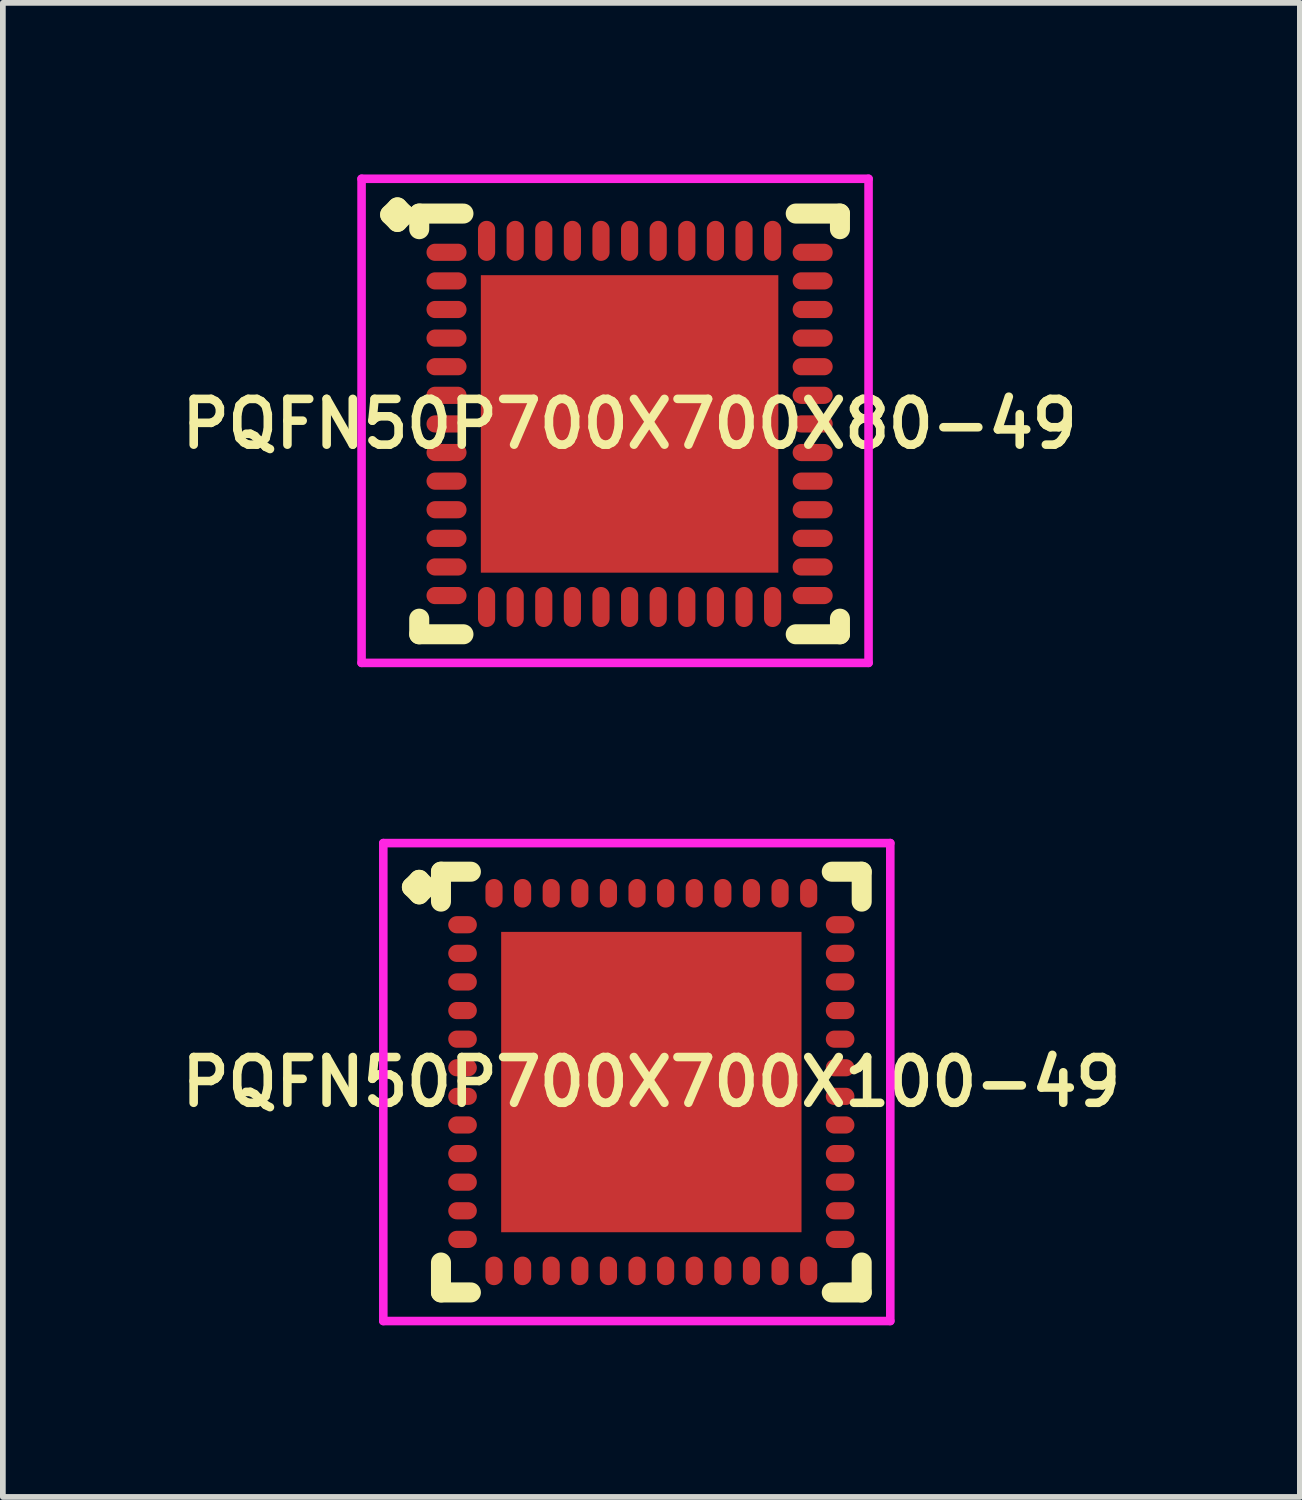
<source format=kicad_pcb>
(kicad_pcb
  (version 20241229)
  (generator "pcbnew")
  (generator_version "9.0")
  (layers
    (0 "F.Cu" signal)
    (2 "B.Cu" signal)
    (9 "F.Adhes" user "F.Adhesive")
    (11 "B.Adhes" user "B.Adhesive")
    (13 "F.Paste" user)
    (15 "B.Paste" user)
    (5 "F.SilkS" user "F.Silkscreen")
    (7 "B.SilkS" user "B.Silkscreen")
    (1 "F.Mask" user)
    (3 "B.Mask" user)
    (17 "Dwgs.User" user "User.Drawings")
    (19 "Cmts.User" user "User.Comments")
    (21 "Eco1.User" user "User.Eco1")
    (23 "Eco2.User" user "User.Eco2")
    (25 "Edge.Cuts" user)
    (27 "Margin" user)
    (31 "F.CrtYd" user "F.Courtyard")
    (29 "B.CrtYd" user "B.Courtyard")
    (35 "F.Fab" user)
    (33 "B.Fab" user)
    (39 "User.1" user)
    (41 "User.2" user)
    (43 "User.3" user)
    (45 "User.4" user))
  (footprint "PQFN50P700X700X100-49"
    (layer "F.Cu")
    (at 8.335 15.864)
    (property "Reference" "PQFN50P700X700X100-49" (at 0 0 0) (layer "F.SilkS") (effects (font (size 0.8 0.8) (thickness 0.15))))
    (attr smd)
    (fp_line (start -4.185 -3.408) (end -4.058 -3.535) (stroke (width 0.35) (type solid)) (layer "F.SilkS"))
    (fp_line (start -4.058 -3.535) (end -3.931 -3.408) (stroke (width 0.35) (type solid)) (layer "F.SilkS"))
    (fp_line (start -4.058 -3.281) (end -4.185 -3.408) (stroke (width 0.35) (type solid)) (layer "F.SilkS"))
    (fp_line (start -3.931 -3.408) (end -4.058 -3.281) (stroke (width 0.35) (type solid)) (layer "F.SilkS"))
    (fp_line (start -3.677 -3.677) (end -3.154 -3.677) (stroke (width 0.35) (type solid)) (layer "F.SilkS"))
    (fp_line (start -3.677 -3.154) (end -3.677 -3.677) (stroke (width 0.35) (type solid)) (layer "F.SilkS"))
    (fp_line (start -3.677 3.154) (end -3.677 3.677) (stroke (width 0.35) (type solid)) (layer "F.SilkS"))
    (fp_line (start -3.677 3.677) (end -3.154 3.677) (stroke (width 0.35) (type solid)) (layer "F.SilkS"))
    (fp_line (start 3.154 -3.677) (end 3.677 -3.677) (stroke (width 0.35) (type solid)) (layer "F.SilkS"))
    (fp_line (start 3.154 3.677) (end 3.677 3.677) (stroke (width 0.35) (type solid)) (layer "F.SilkS"))
    (fp_line (start 3.677 -3.677) (end 3.677 -3.154) (stroke (width 0.35) (type solid)) (layer "F.SilkS"))
    (fp_line (start 3.677 3.677) (end 3.677 3.154) (stroke (width 0.35) (type solid)) (layer "F.SilkS"))
    (fp_line (start -4.685 -4.177) (end 4.177 -4.177) (stroke (width 0.15) (type solid)) (layer "F.CrtYd"))
    (fp_line (start -4.685 4.177) (end -4.685 -4.177) (stroke (width 0.15) (type solid)) (layer "F.CrtYd"))
    (fp_line (start 4.177 -4.177) (end 4.177 4.177) (stroke (width 0.15) (type solid)) (layer "F.CrtYd"))
    (fp_line (start 4.177 4.177) (end -4.685 4.177) (stroke (width 0.15) (type solid)) (layer "F.CrtYd"))
    (pad "1" smd oval (at -3.3 -2.75) (size 0.5 0.3) (layers "F.Cu" "F.Mask" "F.Paste"))
    (pad "2" smd oval (at -3.3 -2.25) (size 0.5 0.3) (layers "F.Cu" "F.Mask" "F.Paste"))
    (pad "3" smd oval (at -3.3 -1.75) (size 0.5 0.3) (layers "F.Cu" "F.Mask" "F.Paste"))
    (pad "4" smd oval (at -3.3 -1.25) (size 0.5 0.3) (layers "F.Cu" "F.Mask" "F.Paste"))
    (pad "5" smd oval (at -3.3 -0.75) (size 0.5 0.3) (layers "F.Cu" "F.Mask" "F.Paste"))
    (pad "6" smd oval (at -3.3 -0.25) (size 0.5 0.3) (layers "F.Cu" "F.Mask" "F.Paste"))
    (pad "7" smd oval (at -3.3 0.25) (size 0.5 0.3) (layers "F.Cu" "F.Mask" "F.Paste"))
    (pad "8" smd oval (at -3.3 0.75) (size 0.5 0.3) (layers "F.Cu" "F.Mask" "F.Paste"))
    (pad "9" smd oval (at -3.3 1.25) (size 0.5 0.3) (layers "F.Cu" "F.Mask" "F.Paste"))
    (pad "10" smd oval (at -3.3 1.75) (size 0.5 0.3) (layers "F.Cu" "F.Mask" "F.Paste"))
    (pad "11" smd oval (at -3.3 2.25) (size 0.5 0.3) (layers "F.Cu" "F.Mask" "F.Paste"))
    (pad "12" smd oval (at -3.3 2.75) (size 0.5 0.3) (layers "F.Cu" "F.Mask" "F.Paste"))
    (pad "13" smd oval (at -2.75 3.3) (size 0.3 0.5) (layers "F.Cu" "F.Mask" "F.Paste"))
    (pad "14" smd oval (at -2.25 3.3) (size 0.3 0.5) (layers "F.Cu" "F.Mask" "F.Paste"))
    (pad "15" smd oval (at -1.75 3.3) (size 0.3 0.5) (layers "F.Cu" "F.Mask" "F.Paste"))
    (pad "16" smd oval (at -1.25 3.3) (size 0.3 0.5) (layers "F.Cu" "F.Mask" "F.Paste"))
    (pad "17" smd oval (at -0.75 3.3) (size 0.3 0.5) (layers "F.Cu" "F.Mask" "F.Paste"))
    (pad "18" smd oval (at -0.25 3.3) (size 0.3 0.5) (layers "F.Cu" "F.Mask" "F.Paste"))
    (pad "19" smd oval (at 0.25 3.3) (size 0.3 0.5) (layers "F.Cu" "F.Mask" "F.Paste"))
    (pad "20" smd oval (at 0.75 3.3) (size 0.3 0.5) (layers "F.Cu" "F.Mask" "F.Paste"))
    (pad "21" smd oval (at 1.25 3.3) (size 0.3 0.5) (layers "F.Cu" "F.Mask" "F.Paste"))
    (pad "22" smd oval (at 1.75 3.3) (size 0.3 0.5) (layers "F.Cu" "F.Mask" "F.Paste"))
    (pad "23" smd oval (at 2.25 3.3) (size 0.3 0.5) (layers "F.Cu" "F.Mask" "F.Paste"))
    (pad "24" smd oval (at 2.75 3.3) (size 0.3 0.5) (layers "F.Cu" "F.Mask" "F.Paste"))
    (pad "25" smd oval (at 3.3 2.75) (size 0.5 0.3) (layers "F.Cu" "F.Mask" "F.Paste"))
    (pad "26" smd oval (at 3.3 2.25) (size 0.5 0.3) (layers "F.Cu" "F.Mask" "F.Paste"))
    (pad "27" smd oval (at 3.3 1.75) (size 0.5 0.3) (layers "F.Cu" "F.Mask" "F.Paste"))
    (pad "28" smd oval (at 3.3 1.25) (size 0.5 0.3) (layers "F.Cu" "F.Mask" "F.Paste"))
    (pad "29" smd oval (at 3.3 0.75) (size 0.5 0.3) (layers "F.Cu" "F.Mask" "F.Paste"))
    (pad "30" smd oval (at 3.3 0.25) (size 0.5 0.3) (layers "F.Cu" "F.Mask" "F.Paste"))
    (pad "31" smd oval (at 3.3 -0.25) (size 0.5 0.3) (layers "F.Cu" "F.Mask" "F.Paste"))
    (pad "32" smd oval (at 3.3 -0.75) (size 0.5 0.3) (layers "F.Cu" "F.Mask" "F.Paste"))
    (pad "33" smd oval (at 3.3 -1.25) (size 0.5 0.3) (layers "F.Cu" "F.Mask" "F.Paste"))
    (pad "34" smd oval (at 3.3 -1.75) (size 0.5 0.3) (layers "F.Cu" "F.Mask" "F.Paste"))
    (pad "35" smd oval (at 3.3 -2.25) (size 0.5 0.3) (layers "F.Cu" "F.Mask" "F.Paste"))
    (pad "36" smd oval (at 3.3 -2.75) (size 0.5 0.3) (layers "F.Cu" "F.Mask" "F.Paste"))
    (pad "37" smd oval (at 2.75 -3.3) (size 0.3 0.5) (layers "F.Cu" "F.Mask" "F.Paste"))
    (pad "38" smd oval (at 2.25 -3.3) (size 0.3 0.5) (layers "F.Cu" "F.Mask" "F.Paste"))
    (pad "39" smd oval (at 1.75 -3.3) (size 0.3 0.5) (layers "F.Cu" "F.Mask" "F.Paste"))
    (pad "40" smd oval (at 1.25 -3.3) (size 0.3 0.5) (layers "F.Cu" "F.Mask" "F.Paste"))
    (pad "41" smd oval (at 0.75 -3.3) (size 0.3 0.5) (layers "F.Cu" "F.Mask" "F.Paste"))
    (pad "42" smd oval (at 0.25 -3.3) (size 0.3 0.5) (layers "F.Cu" "F.Mask" "F.Paste"))
    (pad "43" smd oval (at -0.25 -3.3) (size 0.3 0.5) (layers "F.Cu" "F.Mask" "F.Paste"))
    (pad "44" smd oval (at -0.75 -3.3) (size 0.3 0.5) (layers "F.Cu" "F.Mask" "F.Paste"))
    (pad "45" smd oval (at -1.25 -3.3) (size 0.3 0.5) (layers "F.Cu" "F.Mask" "F.Paste"))
    (pad "46" smd oval (at -1.75 -3.3) (size 0.3 0.5) (layers "F.Cu" "F.Mask" "F.Paste"))
    (pad "47" smd oval (at -2.25 -3.3) (size 0.3 0.5) (layers "F.Cu" "F.Mask" "F.Paste"))
    (pad "48" smd oval (at -2.75 -3.3) (size 0.3 0.5) (layers "F.Cu" "F.Mask" "F.Paste"))
    (pad "49" smd rect (at 0 0) (size 5.25 5.25) (layers "F.Cu" "F.Mask" "F.Paste")))
  (footprint "PQFN50P700X700X80-49"
    (layer "F.Cu")
    (at 7.955 4.36)
    (property "Reference" "PQFN50P700X700X80-49" (at 0 0 0) (layer "F.SilkS") (effects (font (size 0.8 0.8) (thickness 0.15))))
    (attr smd)
    (fp_line (start -4.185 -3.658) (end -4.058 -3.785) (stroke (width 0.35) (type solid)) (layer "F.SilkS"))
    (fp_line (start -4.058 -3.785) (end -3.931 -3.658) (stroke (width 0.35) (type solid)) (layer "F.SilkS"))
    (fp_line (start -4.058 -3.531) (end -4.185 -3.658) (stroke (width 0.35) (type solid)) (layer "F.SilkS"))
    (fp_line (start -3.931 -3.658) (end -4.058 -3.531) (stroke (width 0.35) (type solid)) (layer "F.SilkS"))
    (fp_line (start -3.677 -3.677) (end -2.904 -3.677) (stroke (width 0.35) (type solid)) (layer "F.SilkS"))
    (fp_line (start -3.677 -3.404) (end -3.677 -3.677) (stroke (width 0.35) (type solid)) (layer "F.SilkS"))
    (fp_line (start -3.677 3.404) (end -3.677 3.677) (stroke (width 0.35) (type solid)) (layer "F.SilkS"))
    (fp_line (start -3.677 3.677) (end -2.904 3.677) (stroke (width 0.35) (type solid)) (layer "F.SilkS"))
    (fp_line (start 2.904 -3.677) (end 3.677 -3.677) (stroke (width 0.35) (type solid)) (layer "F.SilkS"))
    (fp_line (start 2.904 3.677) (end 3.677 3.677) (stroke (width 0.35) (type solid)) (layer "F.SilkS"))
    (fp_line (start 3.677 -3.677) (end 3.677 -3.404) (stroke (width 0.35) (type solid)) (layer "F.SilkS"))
    (fp_line (start 3.677 3.677) (end 3.677 3.404) (stroke (width 0.35) (type solid)) (layer "F.SilkS"))
    (fp_line (start -4.685 -4.285) (end 4.177 -4.285) (stroke (width 0.15) (type solid)) (layer "F.CrtYd"))
    (fp_line (start -4.685 4.177) (end -4.685 -4.285) (stroke (width 0.15) (type solid)) (layer "F.CrtYd"))
    (fp_line (start 4.177 -4.285) (end 4.177 4.177) (stroke (width 0.15) (type solid)) (layer "F.CrtYd"))
    (fp_line (start 4.177 4.177) (end -4.685 4.177) (stroke (width 0.15) (type solid)) (layer "F.CrtYd"))
    (pad "1" smd oval (at -3.2 -3) (size 0.7 0.3) (layers "F.Cu" "F.Mask" "F.Paste"))
    (pad "2" smd oval (at -3.2 -2.5) (size 0.7 0.3) (layers "F.Cu" "F.Mask" "F.Paste"))
    (pad "3" smd oval (at -3.2 -2) (size 0.7 0.3) (layers "F.Cu" "F.Mask" "F.Paste"))
    (pad "4" smd oval (at -3.2 -1.5) (size 0.7 0.3) (layers "F.Cu" "F.Mask" "F.Paste"))
    (pad "5" smd oval (at -3.2 -1) (size 0.7 0.3) (layers "F.Cu" "F.Mask" "F.Paste"))
    (pad "6" smd oval (at -3.2 -0.5) (size 0.7 0.3) (layers "F.Cu" "F.Mask" "F.Paste"))
    (pad "7" smd oval (at -3.2 0) (size 0.7 0.3) (layers "F.Cu" "F.Mask" "F.Paste"))
    (pad "8" smd oval (at -3.2 0.5) (size 0.7 0.3) (layers "F.Cu" "F.Mask" "F.Paste"))
    (pad "9" smd oval (at -3.2 1) (size 0.7 0.3) (layers "F.Cu" "F.Mask" "F.Paste"))
    (pad "10" smd oval (at -3.2 1.5) (size 0.7 0.3) (layers "F.Cu" "F.Mask" "F.Paste"))
    (pad "11" smd oval (at -3.2 2) (size 0.7 0.3) (layers "F.Cu" "F.Mask" "F.Paste"))
    (pad "12" smd oval (at -3.2 2.5) (size 0.7 0.3) (layers "F.Cu" "F.Mask" "F.Paste"))
    (pad "13" smd oval (at -3.2 3) (size 0.7 0.3) (layers "F.Cu" "F.Mask" "F.Paste"))
    (pad "14" smd oval (at -2.5 3.2) (size 0.3 0.7) (layers "F.Cu" "F.Mask" "F.Paste"))
    (pad "15" smd oval (at -2 3.2) (size 0.3 0.7) (layers "F.Cu" "F.Mask" "F.Paste"))
    (pad "16" smd oval (at -1.5 3.2) (size 0.3 0.7) (layers "F.Cu" "F.Mask" "F.Paste"))
    (pad "17" smd oval (at -1 3.2) (size 0.3 0.7) (layers "F.Cu" "F.Mask" "F.Paste"))
    (pad "18" smd oval (at -0.5 3.2) (size 0.3 0.7) (layers "F.Cu" "F.Mask" "F.Paste"))
    (pad "19" smd oval (at 0 3.2) (size 0.3 0.7) (layers "F.Cu" "F.Mask" "F.Paste"))
    (pad "20" smd oval (at 0.5 3.2) (size 0.3 0.7) (layers "F.Cu" "F.Mask" "F.Paste"))
    (pad "21" smd oval (at 1 3.2) (size 0.3 0.7) (layers "F.Cu" "F.Mask" "F.Paste"))
    (pad "22" smd oval (at 1.5 3.2) (size 0.3 0.7) (layers "F.Cu" "F.Mask" "F.Paste"))
    (pad "23" smd oval (at 2 3.2) (size 0.3 0.7) (layers "F.Cu" "F.Mask" "F.Paste"))
    (pad "24" smd oval (at 2.5 3.2) (size 0.3 0.7) (layers "F.Cu" "F.Mask" "F.Paste"))
    (pad "25" smd oval (at 3.2 3) (size 0.7 0.3) (layers "F.Cu" "F.Mask" "F.Paste"))
    (pad "26" smd oval (at 3.2 2.5) (size 0.7 0.3) (layers "F.Cu" "F.Mask" "F.Paste"))
    (pad "27" smd oval (at 3.2 2) (size 0.7 0.3) (layers "F.Cu" "F.Mask" "F.Paste"))
    (pad "28" smd oval (at 3.2 1.5) (size 0.7 0.3) (layers "F.Cu" "F.Mask" "F.Paste"))
    (pad "29" smd oval (at 3.2 1) (size 0.7 0.3) (layers "F.Cu" "F.Mask" "F.Paste"))
    (pad "30" smd oval (at 3.2 0.5) (size 0.7 0.3) (layers "F.Cu" "F.Mask" "F.Paste"))
    (pad "31" smd oval (at 3.2 0) (size 0.7 0.3) (layers "F.Cu" "F.Mask" "F.Paste"))
    (pad "32" smd oval (at 3.2 -0.5) (size 0.7 0.3) (layers "F.Cu" "F.Mask" "F.Paste"))
    (pad "33" smd oval (at 3.2 -1) (size 0.7 0.3) (layers "F.Cu" "F.Mask" "F.Paste"))
    (pad "34" smd oval (at 3.2 -1.5) (size 0.7 0.3) (layers "F.Cu" "F.Mask" "F.Paste"))
    (pad "35" smd oval (at 3.2 -2) (size 0.7 0.3) (layers "F.Cu" "F.Mask" "F.Paste"))
    (pad "36" smd oval (at 3.2 -2.5) (size 0.7 0.3) (layers "F.Cu" "F.Mask" "F.Paste"))
    (pad "37" smd oval (at 3.2 -3) (size 0.7 0.3) (layers "F.Cu" "F.Mask" "F.Paste"))
    (pad "38" smd oval (at 2.5 -3.2) (size 0.3 0.7) (layers "F.Cu" "F.Mask" "F.Paste"))
    (pad "39" smd oval (at 2 -3.2) (size 0.3 0.7) (layers "F.Cu" "F.Mask" "F.Paste"))
    (pad "40" smd oval (at 1.5 -3.2) (size 0.3 0.7) (layers "F.Cu" "F.Mask" "F.Paste"))
    (pad "41" smd oval (at 1 -3.2) (size 0.3 0.7) (layers "F.Cu" "F.Mask" "F.Paste"))
    (pad "42" smd oval (at 0.5 -3.2) (size 0.3 0.7) (layers "F.Cu" "F.Mask" "F.Paste"))
    (pad "43" smd oval (at 0 -3.2) (size 0.3 0.7) (layers "F.Cu" "F.Mask" "F.Paste"))
    (pad "44" smd oval (at -0.5 -3.2) (size 0.3 0.7) (layers "F.Cu" "F.Mask" "F.Paste"))
    (pad "45" smd oval (at -1 -3.2) (size 0.3 0.7) (layers "F.Cu" "F.Mask" "F.Paste"))
    (pad "46" smd oval (at -1.5 -3.2) (size 0.3 0.7) (layers "F.Cu" "F.Mask" "F.Paste"))
    (pad "47" smd oval (at -2 -3.2) (size 0.3 0.7) (layers "F.Cu" "F.Mask" "F.Paste"))
    (pad "48" smd oval (at -2.5 -3.2) (size 0.3 0.7) (layers "F.Cu" "F.Mask" "F.Paste"))
    (pad "49" smd rect (at 0 0) (size 5.2 5.2) (layers "F.Cu" "F.Mask" "F.Paste")))
  (gr_rect
    (start -3 -3)
    (end 19.671 23.116)
    (stroke (width 0.1) (type default))
    (fill no)
    (layer "Edge.Cuts")))
</source>
